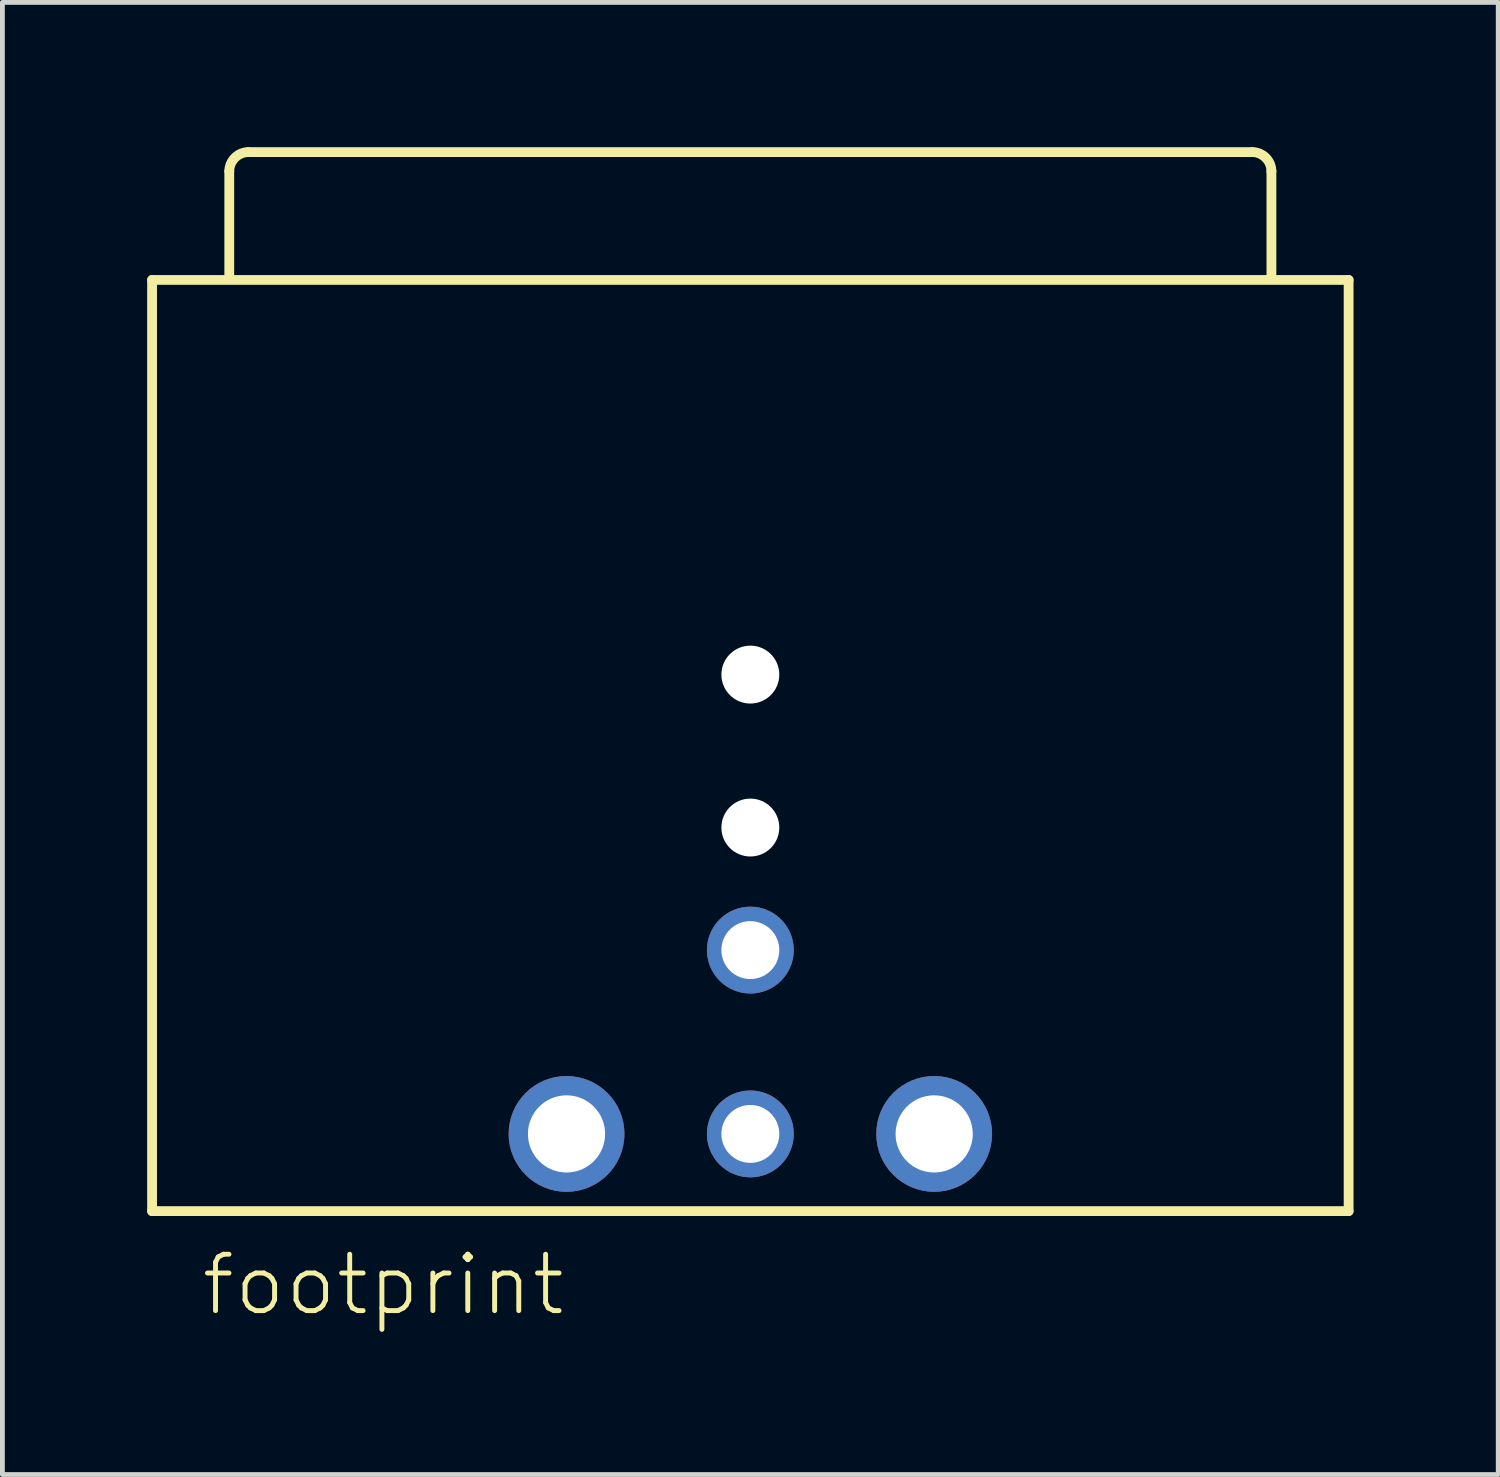
<source format=kicad_pcb>
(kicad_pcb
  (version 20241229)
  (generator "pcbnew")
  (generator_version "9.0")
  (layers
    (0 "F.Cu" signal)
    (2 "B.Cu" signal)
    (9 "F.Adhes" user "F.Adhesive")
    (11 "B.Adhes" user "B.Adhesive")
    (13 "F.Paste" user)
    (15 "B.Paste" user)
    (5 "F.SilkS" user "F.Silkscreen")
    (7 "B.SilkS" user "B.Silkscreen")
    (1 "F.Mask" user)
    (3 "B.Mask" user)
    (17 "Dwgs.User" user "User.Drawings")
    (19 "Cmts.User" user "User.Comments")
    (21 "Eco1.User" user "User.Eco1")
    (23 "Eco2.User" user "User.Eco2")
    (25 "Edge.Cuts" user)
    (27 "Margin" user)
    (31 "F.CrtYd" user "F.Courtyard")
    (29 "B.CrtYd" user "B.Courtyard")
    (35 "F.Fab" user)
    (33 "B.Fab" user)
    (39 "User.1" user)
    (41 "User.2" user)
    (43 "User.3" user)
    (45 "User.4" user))
  (footprint "footprint"
    (layer "F.Cu")
    (at 12.502 20.452)
    (property "Reference" "footprint" (at -11.43 3.81 0) (layer "F.SilkS") (effects (font (size 1.168 1.168) (thickness 0.102)) (justify left bottom)))
    (fp_line (start -12.4 -17.7) (end 12.4 -17.7) (stroke (width 0.203) (type solid)) (layer "F.SilkS"))
    (fp_line (start -12.4 1.6) (end -12.4 -17.7) (stroke (width 0.203) (type solid)) (layer "F.SilkS"))
    (fp_line (start -10.8 -17.8) (end -10.8 -19.95) (stroke (width 0.203) (type solid)) (layer "F.SilkS"))
    (fp_line (start -10.4 -20.35) (end 10.4 -20.35) (stroke (width 0.203) (type solid)) (layer "F.SilkS"))
    (fp_line (start 10.8 -19.95) (end 10.8 -17.8) (stroke (width 0.203) (type solid)) (layer "F.SilkS"))
    (fp_line (start 12.4 -17.7) (end 12.4 1.6) (stroke (width 0.203) (type solid)) (layer "F.SilkS"))
    (fp_line (start 12.4 1.6) (end -12.4 1.6) (stroke (width 0.203) (type solid)) (layer "F.SilkS"))
    (fp_arc (start -10.8 -19.95) (mid -10.682843 -20.232843) (end -10.4 -20.35) (stroke (width 0.2032) (type solid)) (layer "F.SilkS"))
    (fp_arc (start 10.4 -20.35) (mid 10.682843 -20.232843) (end 10.8 -19.95) (stroke (width 0.2032) (type solid)) (layer "F.SilkS"))
    (pad "" np_thru_hole circle (at 0 -9.52) (size 1.2 1.2) (drill 1.2) (layers "*.Cu" "*.Mask"))
    (pad "" np_thru_hole circle (at 0 -6.35) (size 1.2 1.2) (drill 1.2) (layers "*.Cu" "*.Mask"))
    (pad "1" thru_hole circle (at 0 0) (size 1.8 1.8) (drill 1.2) (layers "*.Cu" "*.Mask"))
    (pad "2" thru_hole circle (at 3.81 0) (size 2.4 2.4) (drill 1.6) (layers "*.Cu" "*.Mask"))
    (pad "3" thru_hole circle (at -3.81 0) (size 2.4 2.4) (drill 1.6) (layers "*.Cu" "*.Mask"))
    (pad "G" thru_hole circle (at 0 -3.81) (size 1.8 1.8) (drill 1.2) (layers "*.Cu" "*.Mask")))
  (gr_rect
    (start -3 -3)
    (end 28.003 27.512)
    (stroke (width 0.1) (type default))
    (fill no)
    (layer "Edge.Cuts")))
</source>
